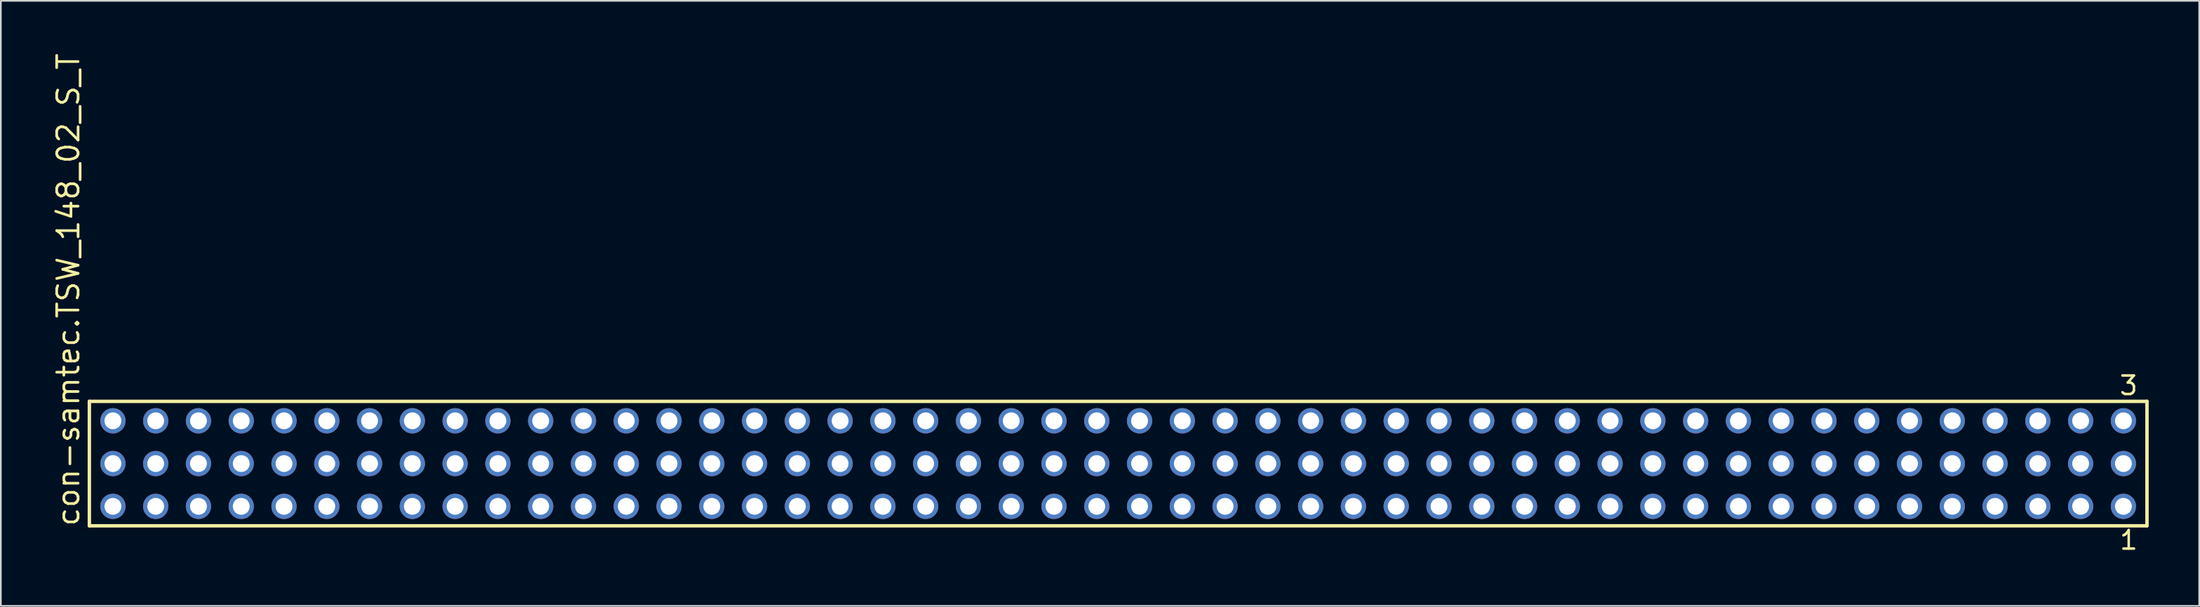
<source format=kicad_pcb>
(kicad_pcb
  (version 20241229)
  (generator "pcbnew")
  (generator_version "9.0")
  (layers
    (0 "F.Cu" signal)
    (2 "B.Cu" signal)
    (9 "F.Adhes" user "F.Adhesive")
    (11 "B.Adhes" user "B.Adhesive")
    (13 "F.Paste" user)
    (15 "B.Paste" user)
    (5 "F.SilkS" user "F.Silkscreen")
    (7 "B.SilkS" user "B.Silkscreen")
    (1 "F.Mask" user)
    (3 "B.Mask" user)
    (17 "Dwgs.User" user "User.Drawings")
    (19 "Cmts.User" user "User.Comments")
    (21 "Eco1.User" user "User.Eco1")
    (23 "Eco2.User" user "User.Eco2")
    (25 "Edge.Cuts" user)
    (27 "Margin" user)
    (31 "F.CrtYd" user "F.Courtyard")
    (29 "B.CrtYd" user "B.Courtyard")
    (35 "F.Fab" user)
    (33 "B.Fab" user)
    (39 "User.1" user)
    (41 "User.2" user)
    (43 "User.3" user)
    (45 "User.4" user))
  (footprint "con-samtec.TSW_148_02_S_T"
    (layer "F.Cu")
    (at 63.345 24.477)
    (property "Reference" "con-samtec.TSW_148_02_S_T" (at -61.595 3.81 90) (layer "F.SilkS") (effects (font (size 1.27 1.27) (thickness 0.16)) (justify left bottom)))
    (attr through_hole)
    (fp_line (start -61.089 -3.695) (end 61.089 -3.695) (stroke (width 0.203) (type default)) (layer "F.SilkS"))
    (fp_line (start -61.089 3.695) (end -61.089 -3.695) (stroke (width 0.203) (type default)) (layer "F.SilkS"))
    (fp_line (start 61.089 -3.695) (end 61.089 3.695) (stroke (width 0.203) (type default)) (layer "F.SilkS"))
    (fp_line (start 61.089 3.695) (end -61.089 3.695) (stroke (width 0.203) (type default)) (layer "F.SilkS"))
    (fp_rect (start -60.04 -2.19) (end -59.34 -2.89) (stroke (width 0.05) (type default)) (fill no) (layer "F.Fab"))
    (fp_rect (start -60.04 0.35) (end -59.34 -0.35) (stroke (width 0.05) (type default)) (fill no) (layer "F.Fab"))
    (fp_rect (start -60.04 2.89) (end -59.34 2.19) (stroke (width 0.05) (type default)) (fill no) (layer "F.Fab"))
    (fp_rect (start -57.5 -2.19) (end -56.8 -2.89) (stroke (width 0.05) (type default)) (fill no) (layer "F.Fab"))
    (fp_rect (start -57.5 0.35) (end -56.8 -0.35) (stroke (width 0.05) (type default)) (fill no) (layer "F.Fab"))
    (fp_rect (start -57.5 2.89) (end -56.8 2.19) (stroke (width 0.05) (type default)) (fill no) (layer "F.Fab"))
    (fp_rect (start -54.96 -2.19) (end -54.26 -2.89) (stroke (width 0.05) (type default)) (fill no) (layer "F.Fab"))
    (fp_rect (start -54.96 0.35) (end -54.26 -0.35) (stroke (width 0.05) (type default)) (fill no) (layer "F.Fab"))
    (fp_rect (start -54.96 2.89) (end -54.26 2.19) (stroke (width 0.05) (type default)) (fill no) (layer "F.Fab"))
    (fp_rect (start -52.42 -2.19) (end -51.72 -2.89) (stroke (width 0.05) (type default)) (fill no) (layer "F.Fab"))
    (fp_rect (start -52.42 0.35) (end -51.72 -0.35) (stroke (width 0.05) (type default)) (fill no) (layer "F.Fab"))
    (fp_rect (start -52.42 2.89) (end -51.72 2.19) (stroke (width 0.05) (type default)) (fill no) (layer "F.Fab"))
    (fp_rect (start -49.88 -2.19) (end -49.18 -2.89) (stroke (width 0.05) (type default)) (fill no) (layer "F.Fab"))
    (fp_rect (start -49.88 0.35) (end -49.18 -0.35) (stroke (width 0.05) (type default)) (fill no) (layer "F.Fab"))
    (fp_rect (start -49.88 2.89) (end -49.18 2.19) (stroke (width 0.05) (type default)) (fill no) (layer "F.Fab"))
    (fp_rect (start -47.34 -2.19) (end -46.64 -2.89) (stroke (width 0.05) (type default)) (fill no) (layer "F.Fab"))
    (fp_rect (start -47.34 0.35) (end -46.64 -0.35) (stroke (width 0.05) (type default)) (fill no) (layer "F.Fab"))
    (fp_rect (start -47.34 2.89) (end -46.64 2.19) (stroke (width 0.05) (type default)) (fill no) (layer "F.Fab"))
    (fp_rect (start -44.8 -2.19) (end -44.1 -2.89) (stroke (width 0.05) (type default)) (fill no) (layer "F.Fab"))
    (fp_rect (start -44.8 0.35) (end -44.1 -0.35) (stroke (width 0.05) (type default)) (fill no) (layer "F.Fab"))
    (fp_rect (start -44.8 2.89) (end -44.1 2.19) (stroke (width 0.05) (type default)) (fill no) (layer "F.Fab"))
    (fp_rect (start -42.26 -2.19) (end -41.56 -2.89) (stroke (width 0.05) (type default)) (fill no) (layer "F.Fab"))
    (fp_rect (start -42.26 0.35) (end -41.56 -0.35) (stroke (width 0.05) (type default)) (fill no) (layer "F.Fab"))
    (fp_rect (start -42.26 2.89) (end -41.56 2.19) (stroke (width 0.05) (type default)) (fill no) (layer "F.Fab"))
    (fp_rect (start -39.72 -2.19) (end -39.02 -2.89) (stroke (width 0.05) (type default)) (fill no) (layer "F.Fab"))
    (fp_rect (start -39.72 0.35) (end -39.02 -0.35) (stroke (width 0.05) (type default)) (fill no) (layer "F.Fab"))
    (fp_rect (start -39.72 2.89) (end -39.02 2.19) (stroke (width 0.05) (type default)) (fill no) (layer "F.Fab"))
    (fp_rect (start -37.18 -2.19) (end -36.48 -2.89) (stroke (width 0.05) (type default)) (fill no) (layer "F.Fab"))
    (fp_rect (start -37.18 0.35) (end -36.48 -0.35) (stroke (width 0.05) (type default)) (fill no) (layer "F.Fab"))
    (fp_rect (start -37.18 2.89) (end -36.48 2.19) (stroke (width 0.05) (type default)) (fill no) (layer "F.Fab"))
    (fp_rect (start -34.64 -2.19) (end -33.94 -2.89) (stroke (width 0.05) (type default)) (fill no) (layer "F.Fab"))
    (fp_rect (start -34.64 0.35) (end -33.94 -0.35) (stroke (width 0.05) (type default)) (fill no) (layer "F.Fab"))
    (fp_rect (start -34.64 2.89) (end -33.94 2.19) (stroke (width 0.05) (type default)) (fill no) (layer "F.Fab"))
    (fp_rect (start -32.1 -2.19) (end -31.4 -2.89) (stroke (width 0.05) (type default)) (fill no) (layer "F.Fab"))
    (fp_rect (start -32.1 0.35) (end -31.4 -0.35) (stroke (width 0.05) (type default)) (fill no) (layer "F.Fab"))
    (fp_rect (start -32.1 2.89) (end -31.4 2.19) (stroke (width 0.05) (type default)) (fill no) (layer "F.Fab"))
    (fp_rect (start -29.56 -2.19) (end -28.86 -2.89) (stroke (width 0.05) (type default)) (fill no) (layer "F.Fab"))
    (fp_rect (start -29.56 0.35) (end -28.86 -0.35) (stroke (width 0.05) (type default)) (fill no) (layer "F.Fab"))
    (fp_rect (start -29.56 2.89) (end -28.86 2.19) (stroke (width 0.05) (type default)) (fill no) (layer "F.Fab"))
    (fp_rect (start -27.02 -2.19) (end -26.32 -2.89) (stroke (width 0.05) (type default)) (fill no) (layer "F.Fab"))
    (fp_rect (start -27.02 0.35) (end -26.32 -0.35) (stroke (width 0.05) (type default)) (fill no) (layer "F.Fab"))
    (fp_rect (start -27.02 2.89) (end -26.32 2.19) (stroke (width 0.05) (type default)) (fill no) (layer "F.Fab"))
    (fp_rect (start -24.48 -2.19) (end -23.78 -2.89) (stroke (width 0.05) (type default)) (fill no) (layer "F.Fab"))
    (fp_rect (start -24.48 0.35) (end -23.78 -0.35) (stroke (width 0.05) (type default)) (fill no) (layer "F.Fab"))
    (fp_rect (start -24.48 2.89) (end -23.78 2.19) (stroke (width 0.05) (type default)) (fill no) (layer "F.Fab"))
    (fp_rect (start -21.94 -2.19) (end -21.24 -2.89) (stroke (width 0.05) (type default)) (fill no) (layer "F.Fab"))
    (fp_rect (start -21.94 0.35) (end -21.24 -0.35) (stroke (width 0.05) (type default)) (fill no) (layer "F.Fab"))
    (fp_rect (start -21.94 2.89) (end -21.24 2.19) (stroke (width 0.05) (type default)) (fill no) (layer "F.Fab"))
    (fp_rect (start -19.4 -2.19) (end -18.7 -2.89) (stroke (width 0.05) (type default)) (fill no) (layer "F.Fab"))
    (fp_rect (start -19.4 0.35) (end -18.7 -0.35) (stroke (width 0.05) (type default)) (fill no) (layer "F.Fab"))
    (fp_rect (start -19.4 2.89) (end -18.7 2.19) (stroke (width 0.05) (type default)) (fill no) (layer "F.Fab"))
    (fp_rect (start -16.86 -2.19) (end -16.16 -2.89) (stroke (width 0.05) (type default)) (fill no) (layer "F.Fab"))
    (fp_rect (start -16.86 0.35) (end -16.16 -0.35) (stroke (width 0.05) (type default)) (fill no) (layer "F.Fab"))
    (fp_rect (start -16.86 2.89) (end -16.16 2.19) (stroke (width 0.05) (type default)) (fill no) (layer "F.Fab"))
    (fp_rect (start -14.32 -2.19) (end -13.62 -2.89) (stroke (width 0.05) (type default)) (fill no) (layer "F.Fab"))
    (fp_rect (start -14.32 0.35) (end -13.62 -0.35) (stroke (width 0.05) (type default)) (fill no) (layer "F.Fab"))
    (fp_rect (start -14.32 2.89) (end -13.62 2.19) (stroke (width 0.05) (type default)) (fill no) (layer "F.Fab"))
    (fp_rect (start -11.78 -2.19) (end -11.08 -2.89) (stroke (width 0.05) (type default)) (fill no) (layer "F.Fab"))
    (fp_rect (start -11.78 0.35) (end -11.08 -0.35) (stroke (width 0.05) (type default)) (fill no) (layer "F.Fab"))
    (fp_rect (start -11.78 2.89) (end -11.08 2.19) (stroke (width 0.05) (type default)) (fill no) (layer "F.Fab"))
    (fp_rect (start -9.24 -2.19) (end -8.54 -2.89) (stroke (width 0.05) (type default)) (fill no) (layer "F.Fab"))
    (fp_rect (start -9.24 0.35) (end -8.54 -0.35) (stroke (width 0.05) (type default)) (fill no) (layer "F.Fab"))
    (fp_rect (start -9.24 2.89) (end -8.54 2.19) (stroke (width 0.05) (type default)) (fill no) (layer "F.Fab"))
    (fp_rect (start -6.7 -2.19) (end -6 -2.89) (stroke (width 0.05) (type default)) (fill no) (layer "F.Fab"))
    (fp_rect (start -6.7 0.35) (end -6 -0.35) (stroke (width 0.05) (type default)) (fill no) (layer "F.Fab"))
    (fp_rect (start -6.7 2.89) (end -6 2.19) (stroke (width 0.05) (type default)) (fill no) (layer "F.Fab"))
    (fp_rect (start -4.16 -2.19) (end -3.46 -2.89) (stroke (width 0.05) (type default)) (fill no) (layer "F.Fab"))
    (fp_rect (start -4.16 0.35) (end -3.46 -0.35) (stroke (width 0.05) (type default)) (fill no) (layer "F.Fab"))
    (fp_rect (start -4.16 2.89) (end -3.46 2.19) (stroke (width 0.05) (type default)) (fill no) (layer "F.Fab"))
    (fp_rect (start -1.62 -2.19) (end -0.92 -2.89) (stroke (width 0.05) (type default)) (fill no) (layer "F.Fab"))
    (fp_rect (start -1.62 0.35) (end -0.92 -0.35) (stroke (width 0.05) (type default)) (fill no) (layer "F.Fab"))
    (fp_rect (start -1.62 2.89) (end -0.92 2.19) (stroke (width 0.05) (type default)) (fill no) (layer "F.Fab"))
    (fp_rect (start 0.92 -2.19) (end 1.62 -2.89) (stroke (width 0.05) (type default)) (fill no) (layer "F.Fab"))
    (fp_rect (start 0.92 0.35) (end 1.62 -0.35) (stroke (width 0.05) (type default)) (fill no) (layer "F.Fab"))
    (fp_rect (start 0.92 2.89) (end 1.62 2.19) (stroke (width 0.05) (type default)) (fill no) (layer "F.Fab"))
    (fp_rect (start 3.46 -2.19) (end 4.16 -2.89) (stroke (width 0.05) (type default)) (fill no) (layer "F.Fab"))
    (fp_rect (start 3.46 0.35) (end 4.16 -0.35) (stroke (width 0.05) (type default)) (fill no) (layer "F.Fab"))
    (fp_rect (start 3.46 2.89) (end 4.16 2.19) (stroke (width 0.05) (type default)) (fill no) (layer "F.Fab"))
    (fp_rect (start 6 -2.19) (end 6.7 -2.89) (stroke (width 0.05) (type default)) (fill no) (layer "F.Fab"))
    (fp_rect (start 6 0.35) (end 6.7 -0.35) (stroke (width 0.05) (type default)) (fill no) (layer "F.Fab"))
    (fp_rect (start 6 2.89) (end 6.7 2.19) (stroke (width 0.05) (type default)) (fill no) (layer "F.Fab"))
    (fp_rect (start 8.54 -2.19) (end 9.24 -2.89) (stroke (width 0.05) (type default)) (fill no) (layer "F.Fab"))
    (fp_rect (start 8.54 0.35) (end 9.24 -0.35) (stroke (width 0.05) (type default)) (fill no) (layer "F.Fab"))
    (fp_rect (start 8.54 2.89) (end 9.24 2.19) (stroke (width 0.05) (type default)) (fill no) (layer "F.Fab"))
    (fp_rect (start 11.08 -2.19) (end 11.78 -2.89) (stroke (width 0.05) (type default)) (fill no) (layer "F.Fab"))
    (fp_rect (start 11.08 0.35) (end 11.78 -0.35) (stroke (width 0.05) (type default)) (fill no) (layer "F.Fab"))
    (fp_rect (start 11.08 2.89) (end 11.78 2.19) (stroke (width 0.05) (type default)) (fill no) (layer "F.Fab"))
    (fp_rect (start 13.62 -2.19) (end 14.32 -2.89) (stroke (width 0.05) (type default)) (fill no) (layer "F.Fab"))
    (fp_rect (start 13.62 0.35) (end 14.32 -0.35) (stroke (width 0.05) (type default)) (fill no) (layer "F.Fab"))
    (fp_rect (start 13.62 2.89) (end 14.32 2.19) (stroke (width 0.05) (type default)) (fill no) (layer "F.Fab"))
    (fp_rect (start 16.16 -2.19) (end 16.86 -2.89) (stroke (width 0.05) (type default)) (fill no) (layer "F.Fab"))
    (fp_rect (start 16.16 0.35) (end 16.86 -0.35) (stroke (width 0.05) (type default)) (fill no) (layer "F.Fab"))
    (fp_rect (start 16.16 2.89) (end 16.86 2.19) (stroke (width 0.05) (type default)) (fill no) (layer "F.Fab"))
    (fp_rect (start 18.7 -2.19) (end 19.4 -2.89) (stroke (width 0.05) (type default)) (fill no) (layer "F.Fab"))
    (fp_rect (start 18.7 0.35) (end 19.4 -0.35) (stroke (width 0.05) (type default)) (fill no) (layer "F.Fab"))
    (fp_rect (start 18.7 2.89) (end 19.4 2.19) (stroke (width 0.05) (type default)) (fill no) (layer "F.Fab"))
    (fp_rect (start 21.24 -2.19) (end 21.94 -2.89) (stroke (width 0.05) (type default)) (fill no) (layer "F.Fab"))
    (fp_rect (start 21.24 0.35) (end 21.94 -0.35) (stroke (width 0.05) (type default)) (fill no) (layer "F.Fab"))
    (fp_rect (start 21.24 2.89) (end 21.94 2.19) (stroke (width 0.05) (type default)) (fill no) (layer "F.Fab"))
    (fp_rect (start 23.78 -2.19) (end 24.48 -2.89) (stroke (width 0.05) (type default)) (fill no) (layer "F.Fab"))
    (fp_rect (start 23.78 0.35) (end 24.48 -0.35) (stroke (width 0.05) (type default)) (fill no) (layer "F.Fab"))
    (fp_rect (start 23.78 2.89) (end 24.48 2.19) (stroke (width 0.05) (type default)) (fill no) (layer "F.Fab"))
    (fp_rect (start 26.32 -2.19) (end 27.02 -2.89) (stroke (width 0.05) (type default)) (fill no) (layer "F.Fab"))
    (fp_rect (start 26.32 0.35) (end 27.02 -0.35) (stroke (width 0.05) (type default)) (fill no) (layer "F.Fab"))
    (fp_rect (start 26.32 2.89) (end 27.02 2.19) (stroke (width 0.05) (type default)) (fill no) (layer "F.Fab"))
    (fp_rect (start 28.86 -2.19) (end 29.56 -2.89) (stroke (width 0.05) (type default)) (fill no) (layer "F.Fab"))
    (fp_rect (start 28.86 0.35) (end 29.56 -0.35) (stroke (width 0.05) (type default)) (fill no) (layer "F.Fab"))
    (fp_rect (start 28.86 2.89) (end 29.56 2.19) (stroke (width 0.05) (type default)) (fill no) (layer "F.Fab"))
    (fp_rect (start 31.4 -2.19) (end 32.1 -2.89) (stroke (width 0.05) (type default)) (fill no) (layer "F.Fab"))
    (fp_rect (start 31.4 0.35) (end 32.1 -0.35) (stroke (width 0.05) (type default)) (fill no) (layer "F.Fab"))
    (fp_rect (start 31.4 2.89) (end 32.1 2.19) (stroke (width 0.05) (type default)) (fill no) (layer "F.Fab"))
    (fp_rect (start 33.94 -2.19) (end 34.64 -2.89) (stroke (width 0.05) (type default)) (fill no) (layer "F.Fab"))
    (fp_rect (start 33.94 0.35) (end 34.64 -0.35) (stroke (width 0.05) (type default)) (fill no) (layer "F.Fab"))
    (fp_rect (start 33.94 2.89) (end 34.64 2.19) (stroke (width 0.05) (type default)) (fill no) (layer "F.Fab"))
    (fp_rect (start 36.48 -2.19) (end 37.18 -2.89) (stroke (width 0.05) (type default)) (fill no) (layer "F.Fab"))
    (fp_rect (start 36.48 0.35) (end 37.18 -0.35) (stroke (width 0.05) (type default)) (fill no) (layer "F.Fab"))
    (fp_rect (start 36.48 2.89) (end 37.18 2.19) (stroke (width 0.05) (type default)) (fill no) (layer "F.Fab"))
    (fp_rect (start 39.02 -2.19) (end 39.72 -2.89) (stroke (width 0.05) (type default)) (fill no) (layer "F.Fab"))
    (fp_rect (start 39.02 0.35) (end 39.72 -0.35) (stroke (width 0.05) (type default)) (fill no) (layer "F.Fab"))
    (fp_rect (start 39.02 2.89) (end 39.72 2.19) (stroke (width 0.05) (type default)) (fill no) (layer "F.Fab"))
    (fp_rect (start 41.56 -2.19) (end 42.26 -2.89) (stroke (width 0.05) (type default)) (fill no) (layer "F.Fab"))
    (fp_rect (start 41.56 0.35) (end 42.26 -0.35) (stroke (width 0.05) (type default)) (fill no) (layer "F.Fab"))
    (fp_rect (start 41.56 2.89) (end 42.26 2.19) (stroke (width 0.05) (type default)) (fill no) (layer "F.Fab"))
    (fp_rect (start 44.1 -2.19) (end 44.8 -2.89) (stroke (width 0.05) (type default)) (fill no) (layer "F.Fab"))
    (fp_rect (start 44.1 0.35) (end 44.8 -0.35) (stroke (width 0.05) (type default)) (fill no) (layer "F.Fab"))
    (fp_rect (start 44.1 2.89) (end 44.8 2.19) (stroke (width 0.05) (type default)) (fill no) (layer "F.Fab"))
    (fp_rect (start 46.64 -2.19) (end 47.34 -2.89) (stroke (width 0.05) (type default)) (fill no) (layer "F.Fab"))
    (fp_rect (start 46.64 0.35) (end 47.34 -0.35) (stroke (width 0.05) (type default)) (fill no) (layer "F.Fab"))
    (fp_rect (start 46.64 2.89) (end 47.34 2.19) (stroke (width 0.05) (type default)) (fill no) (layer "F.Fab"))
    (fp_rect (start 49.18 -2.19) (end 49.88 -2.89) (stroke (width 0.05) (type default)) (fill no) (layer "F.Fab"))
    (fp_rect (start 49.18 0.35) (end 49.88 -0.35) (stroke (width 0.05) (type default)) (fill no) (layer "F.Fab"))
    (fp_rect (start 49.18 2.89) (end 49.88 2.19) (stroke (width 0.05) (type default)) (fill no) (layer "F.Fab"))
    (fp_rect (start 51.72 -2.19) (end 52.42 -2.89) (stroke (width 0.05) (type default)) (fill no) (layer "F.Fab"))
    (fp_rect (start 51.72 0.35) (end 52.42 -0.35) (stroke (width 0.05) (type default)) (fill no) (layer "F.Fab"))
    (fp_rect (start 51.72 2.89) (end 52.42 2.19) (stroke (width 0.05) (type default)) (fill no) (layer "F.Fab"))
    (fp_rect (start 54.26 -2.19) (end 54.96 -2.89) (stroke (width 0.05) (type default)) (fill no) (layer "F.Fab"))
    (fp_rect (start 54.26 0.35) (end 54.96 -0.35) (stroke (width 0.05) (type default)) (fill no) (layer "F.Fab"))
    (fp_rect (start 54.26 2.89) (end 54.96 2.19) (stroke (width 0.05) (type default)) (fill no) (layer "F.Fab"))
    (fp_rect (start 56.8 -2.19) (end 57.5 -2.89) (stroke (width 0.05) (type default)) (fill no) (layer "F.Fab"))
    (fp_rect (start 56.8 0.35) (end 57.5 -0.35) (stroke (width 0.05) (type default)) (fill no) (layer "F.Fab"))
    (fp_rect (start 56.8 2.89) (end 57.5 2.19) (stroke (width 0.05) (type default)) (fill no) (layer "F.Fab"))
    (fp_rect (start 59.34 -2.19) (end 60.04 -2.89) (stroke (width 0.05) (type default)) (fill no) (layer "F.Fab"))
    (fp_rect (start 59.34 0.35) (end 60.04 -0.35) (stroke (width 0.05) (type default)) (fill no) (layer "F.Fab"))
    (fp_rect (start 59.34 2.89) (end 60.04 2.19) (stroke (width 0.05) (type default)) (fill no) (layer "F.Fab"))
    (fp_text user "1" (at 59.382 5.188 0) (layer "F.SilkS") (effects (font (size 1.1 1.1) (thickness 0.15)) (justify left bottom)))
    (fp_text user "3" (at 59.378 -3.989 0) (layer "F.SilkS") (effects (font (size 1.1 1.1) (thickness 0.15)) (justify left bottom)))
    (pad "1" thru_hole circle (at 59.69 2.54 180) (size 1.5 1.5) (drill 1) (layers "*.Cu" "*.Mask"))
    (pad "2" thru_hole circle (at 59.69 0 180) (size 1.5 1.5) (drill 1) (layers "*.Cu" "*.Mask"))
    (pad "3" thru_hole circle (at 59.69 -2.54 180) (size 1.5 1.5) (drill 1) (layers "*.Cu" "*.Mask"))
    (pad "4" thru_hole circle (at 57.15 2.54 180) (size 1.5 1.5) (drill 1) (layers "*.Cu" "*.Mask"))
    (pad "5" thru_hole circle (at 57.15 0 180) (size 1.5 1.5) (drill 1) (layers "*.Cu" "*.Mask"))
    (pad "6" thru_hole circle (at 57.15 -2.54 180) (size 1.5 1.5) (drill 1) (layers "*.Cu" "*.Mask"))
    (pad "7" thru_hole circle (at 54.61 2.54 180) (size 1.5 1.5) (drill 1) (layers "*.Cu" "*.Mask"))
    (pad "8" thru_hole circle (at 54.61 0 180) (size 1.5 1.5) (drill 1) (layers "*.Cu" "*.Mask"))
    (pad "9" thru_hole circle (at 54.61 -2.54 180) (size 1.5 1.5) (drill 1) (layers "*.Cu" "*.Mask"))
    (pad "10" thru_hole circle (at 52.07 2.54 180) (size 1.5 1.5) (drill 1) (layers "*.Cu" "*.Mask"))
    (pad "11" thru_hole circle (at 52.07 0 180) (size 1.5 1.5) (drill 1) (layers "*.Cu" "*.Mask"))
    (pad "12" thru_hole circle (at 52.07 -2.54 180) (size 1.5 1.5) (drill 1) (layers "*.Cu" "*.Mask"))
    (pad "13" thru_hole circle (at 49.53 2.54 180) (size 1.5 1.5) (drill 1) (layers "*.Cu" "*.Mask"))
    (pad "14" thru_hole circle (at 49.53 0 180) (size 1.5 1.5) (drill 1) (layers "*.Cu" "*.Mask"))
    (pad "15" thru_hole circle (at 49.53 -2.54 180) (size 1.5 1.5) (drill 1) (layers "*.Cu" "*.Mask"))
    (pad "16" thru_hole circle (at 46.99 2.54 180) (size 1.5 1.5) (drill 1) (layers "*.Cu" "*.Mask"))
    (pad "17" thru_hole circle (at 46.99 0 180) (size 1.5 1.5) (drill 1) (layers "*.Cu" "*.Mask"))
    (pad "18" thru_hole circle (at 46.99 -2.54 180) (size 1.5 1.5) (drill 1) (layers "*.Cu" "*.Mask"))
    (pad "19" thru_hole circle (at 44.45 2.54 180) (size 1.5 1.5) (drill 1) (layers "*.Cu" "*.Mask"))
    (pad "20" thru_hole circle (at 44.45 0 180) (size 1.5 1.5) (drill 1) (layers "*.Cu" "*.Mask"))
    (pad "21" thru_hole circle (at 44.45 -2.54 180) (size 1.5 1.5) (drill 1) (layers "*.Cu" "*.Mask"))
    (pad "22" thru_hole circle (at 41.91 2.54 180) (size 1.5 1.5) (drill 1) (layers "*.Cu" "*.Mask"))
    (pad "23" thru_hole circle (at 41.91 0 180) (size 1.5 1.5) (drill 1) (layers "*.Cu" "*.Mask"))
    (pad "24" thru_hole circle (at 41.91 -2.54 180) (size 1.5 1.5) (drill 1) (layers "*.Cu" "*.Mask"))
    (pad "25" thru_hole circle (at 39.37 2.54 180) (size 1.5 1.5) (drill 1) (layers "*.Cu" "*.Mask"))
    (pad "26" thru_hole circle (at 39.37 0 180) (size 1.5 1.5) (drill 1) (layers "*.Cu" "*.Mask"))
    (pad "27" thru_hole circle (at 39.37 -2.54 180) (size 1.5 1.5) (drill 1) (layers "*.Cu" "*.Mask"))
    (pad "28" thru_hole circle (at 36.83 2.54 180) (size 1.5 1.5) (drill 1) (layers "*.Cu" "*.Mask"))
    (pad "29" thru_hole circle (at 36.83 0 180) (size 1.5 1.5) (drill 1) (layers "*.Cu" "*.Mask"))
    (pad "30" thru_hole circle (at 36.83 -2.54 180) (size 1.5 1.5) (drill 1) (layers "*.Cu" "*.Mask"))
    (pad "31" thru_hole circle (at 34.29 2.54 180) (size 1.5 1.5) (drill 1) (layers "*.Cu" "*.Mask"))
    (pad "32" thru_hole circle (at 34.29 0 180) (size 1.5 1.5) (drill 1) (layers "*.Cu" "*.Mask"))
    (pad "33" thru_hole circle (at 34.29 -2.54 180) (size 1.5 1.5) (drill 1) (layers "*.Cu" "*.Mask"))
    (pad "34" thru_hole circle (at 31.75 2.54 180) (size 1.5 1.5) (drill 1) (layers "*.Cu" "*.Mask"))
    (pad "35" thru_hole circle (at 31.75 0 180) (size 1.5 1.5) (drill 1) (layers "*.Cu" "*.Mask"))
    (pad "36" thru_hole circle (at 31.75 -2.54 180) (size 1.5 1.5) (drill 1) (layers "*.Cu" "*.Mask"))
    (pad "37" thru_hole circle (at 29.21 2.54 180) (size 1.5 1.5) (drill 1) (layers "*.Cu" "*.Mask"))
    (pad "38" thru_hole circle (at 29.21 0 180) (size 1.5 1.5) (drill 1) (layers "*.Cu" "*.Mask"))
    (pad "39" thru_hole circle (at 29.21 -2.54 180) (size 1.5 1.5) (drill 1) (layers "*.Cu" "*.Mask"))
    (pad "40" thru_hole circle (at 26.67 2.54 180) (size 1.5 1.5) (drill 1) (layers "*.Cu" "*.Mask"))
    (pad "41" thru_hole circle (at 26.67 0 180) (size 1.5 1.5) (drill 1) (layers "*.Cu" "*.Mask"))
    (pad "42" thru_hole circle (at 26.67 -2.54 180) (size 1.5 1.5) (drill 1) (layers "*.Cu" "*.Mask"))
    (pad "43" thru_hole circle (at 24.13 2.54 180) (size 1.5 1.5) (drill 1) (layers "*.Cu" "*.Mask"))
    (pad "44" thru_hole circle (at 24.13 0 180) (size 1.5 1.5) (drill 1) (layers "*.Cu" "*.Mask"))
    (pad "45" thru_hole circle (at 24.13 -2.54 180) (size 1.5 1.5) (drill 1) (layers "*.Cu" "*.Mask"))
    (pad "46" thru_hole circle (at 21.59 2.54 180) (size 1.5 1.5) (drill 1) (layers "*.Cu" "*.Mask"))
    (pad "47" thru_hole circle (at 21.59 0 180) (size 1.5 1.5) (drill 1) (layers "*.Cu" "*.Mask"))
    (pad "48" thru_hole circle (at 21.59 -2.54 180) (size 1.5 1.5) (drill 1) (layers "*.Cu" "*.Mask"))
    (pad "49" thru_hole circle (at 19.05 2.54 180) (size 1.5 1.5) (drill 1) (layers "*.Cu" "*.Mask"))
    (pad "50" thru_hole circle (at 19.05 0 180) (size 1.5 1.5) (drill 1) (layers "*.Cu" "*.Mask"))
    (pad "51" thru_hole circle (at 19.05 -2.54 180) (size 1.5 1.5) (drill 1) (layers "*.Cu" "*.Mask"))
    (pad "52" thru_hole circle (at 16.51 2.54 180) (size 1.5 1.5) (drill 1) (layers "*.Cu" "*.Mask"))
    (pad "53" thru_hole circle (at 16.51 0 180) (size 1.5 1.5) (drill 1) (layers "*.Cu" "*.Mask"))
    (pad "54" thru_hole circle (at 16.51 -2.54 180) (size 1.5 1.5) (drill 1) (layers "*.Cu" "*.Mask"))
    (pad "55" thru_hole circle (at 13.97 2.54 180) (size 1.5 1.5) (drill 1) (layers "*.Cu" "*.Mask"))
    (pad "56" thru_hole circle (at 13.97 0 180) (size 1.5 1.5) (drill 1) (layers "*.Cu" "*.Mask"))
    (pad "57" thru_hole circle (at 13.97 -2.54 180) (size 1.5 1.5) (drill 1) (layers "*.Cu" "*.Mask"))
    (pad "58" thru_hole circle (at 11.43 2.54 180) (size 1.5 1.5) (drill 1) (layers "*.Cu" "*.Mask"))
    (pad "59" thru_hole circle (at 11.43 0 180) (size 1.5 1.5) (drill 1) (layers "*.Cu" "*.Mask"))
    (pad "60" thru_hole circle (at 11.43 -2.54 180) (size 1.5 1.5) (drill 1) (layers "*.Cu" "*.Mask"))
    (pad "61" thru_hole circle (at 8.89 2.54 180) (size 1.5 1.5) (drill 1) (layers "*.Cu" "*.Mask"))
    (pad "62" thru_hole circle (at 8.89 0 180) (size 1.5 1.5) (drill 1) (layers "*.Cu" "*.Mask"))
    (pad "63" thru_hole circle (at 8.89 -2.54 180) (size 1.5 1.5) (drill 1) (layers "*.Cu" "*.Mask"))
    (pad "64" thru_hole circle (at 6.35 2.54 180) (size 1.5 1.5) (drill 1) (layers "*.Cu" "*.Mask"))
    (pad "65" thru_hole circle (at 6.35 0 180) (size 1.5 1.5) (drill 1) (layers "*.Cu" "*.Mask"))
    (pad "66" thru_hole circle (at 6.35 -2.54 180) (size 1.5 1.5) (drill 1) (layers "*.Cu" "*.Mask"))
    (pad "67" thru_hole circle (at 3.81 2.54 180) (size 1.5 1.5) (drill 1) (layers "*.Cu" "*.Mask"))
    (pad "68" thru_hole circle (at 3.81 0 180) (size 1.5 1.5) (drill 1) (layers "*.Cu" "*.Mask"))
    (pad "69" thru_hole circle (at 3.81 -2.54 180) (size 1.5 1.5) (drill 1) (layers "*.Cu" "*.Mask"))
    (pad "70" thru_hole circle (at 1.27 2.54 180) (size 1.5 1.5) (drill 1) (layers "*.Cu" "*.Mask"))
    (pad "71" thru_hole circle (at 1.27 0 180) (size 1.5 1.5) (drill 1) (layers "*.Cu" "*.Mask"))
    (pad "72" thru_hole circle (at 1.27 -2.54 180) (size 1.5 1.5) (drill 1) (layers "*.Cu" "*.Mask"))
    (pad "73" thru_hole circle (at -1.27 2.54 180) (size 1.5 1.5) (drill 1) (layers "*.Cu" "*.Mask"))
    (pad "74" thru_hole circle (at -1.27 0 180) (size 1.5 1.5) (drill 1) (layers "*.Cu" "*.Mask"))
    (pad "75" thru_hole circle (at -1.27 -2.54 180) (size 1.5 1.5) (drill 1) (layers "*.Cu" "*.Mask"))
    (pad "76" thru_hole circle (at -3.81 2.54 180) (size 1.5 1.5) (drill 1) (layers "*.Cu" "*.Mask"))
    (pad "77" thru_hole circle (at -3.81 0 180) (size 1.5 1.5) (drill 1) (layers "*.Cu" "*.Mask"))
    (pad "78" thru_hole circle (at -3.81 -2.54 180) (size 1.5 1.5) (drill 1) (layers "*.Cu" "*.Mask"))
    (pad "79" thru_hole circle (at -6.35 2.54 180) (size 1.5 1.5) (drill 1) (layers "*.Cu" "*.Mask"))
    (pad "80" thru_hole circle (at -6.35 0 180) (size 1.5 1.5) (drill 1) (layers "*.Cu" "*.Mask"))
    (pad "81" thru_hole circle (at -6.35 -2.54 180) (size 1.5 1.5) (drill 1) (layers "*.Cu" "*.Mask"))
    (pad "82" thru_hole circle (at -8.89 2.54 180) (size 1.5 1.5) (drill 1) (layers "*.Cu" "*.Mask"))
    (pad "83" thru_hole circle (at -8.89 0 180) (size 1.5 1.5) (drill 1) (layers "*.Cu" "*.Mask"))
    (pad "84" thru_hole circle (at -8.89 -2.54 180) (size 1.5 1.5) (drill 1) (layers "*.Cu" "*.Mask"))
    (pad "85" thru_hole circle (at -11.43 2.54 180) (size 1.5 1.5) (drill 1) (layers "*.Cu" "*.Mask"))
    (pad "86" thru_hole circle (at -11.43 0 180) (size 1.5 1.5) (drill 1) (layers "*.Cu" "*.Mask"))
    (pad "87" thru_hole circle (at -11.43 -2.54 180) (size 1.5 1.5) (drill 1) (layers "*.Cu" "*.Mask"))
    (pad "88" thru_hole circle (at -13.97 2.54 180) (size 1.5 1.5) (drill 1) (layers "*.Cu" "*.Mask"))
    (pad "89" thru_hole circle (at -13.97 0 180) (size 1.5 1.5) (drill 1) (layers "*.Cu" "*.Mask"))
    (pad "90" thru_hole circle (at -13.97 -2.54 180) (size 1.5 1.5) (drill 1) (layers "*.Cu" "*.Mask"))
    (pad "91" thru_hole circle (at -16.51 2.54 180) (size 1.5 1.5) (drill 1) (layers "*.Cu" "*.Mask"))
    (pad "92" thru_hole circle (at -16.51 0 180) (size 1.5 1.5) (drill 1) (layers "*.Cu" "*.Mask"))
    (pad "93" thru_hole circle (at -16.51 -2.54 180) (size 1.5 1.5) (drill 1) (layers "*.Cu" "*.Mask"))
    (pad "94" thru_hole circle (at -19.05 2.54 180) (size 1.5 1.5) (drill 1) (layers "*.Cu" "*.Mask"))
    (pad "95" thru_hole circle (at -19.05 0 180) (size 1.5 1.5) (drill 1) (layers "*.Cu" "*.Mask"))
    (pad "96" thru_hole circle (at -19.05 -2.54 180) (size 1.5 1.5) (drill 1) (layers "*.Cu" "*.Mask"))
    (pad "97" thru_hole circle (at -21.59 2.54 180) (size 1.5 1.5) (drill 1) (layers "*.Cu" "*.Mask"))
    (pad "98" thru_hole circle (at -21.59 0 180) (size 1.5 1.5) (drill 1) (layers "*.Cu" "*.Mask"))
    (pad "99" thru_hole circle (at -21.59 -2.54 180) (size 1.5 1.5) (drill 1) (layers "*.Cu" "*.Mask"))
    (pad "100" thru_hole circle (at -24.13 2.54 180) (size 1.5 1.5) (drill 1) (layers "*.Cu" "*.Mask"))
    (pad "101" thru_hole circle (at -24.13 0 180) (size 1.5 1.5) (drill 1) (layers "*.Cu" "*.Mask"))
    (pad "102" thru_hole circle (at -24.13 -2.54 180) (size 1.5 1.5) (drill 1) (layers "*.Cu" "*.Mask"))
    (pad "103" thru_hole circle (at -26.67 2.54 180) (size 1.5 1.5) (drill 1) (layers "*.Cu" "*.Mask"))
    (pad "104" thru_hole circle (at -26.67 0 180) (size 1.5 1.5) (drill 1) (layers "*.Cu" "*.Mask"))
    (pad "105" thru_hole circle (at -26.67 -2.54 180) (size 1.5 1.5) (drill 1) (layers "*.Cu" "*.Mask"))
    (pad "106" thru_hole circle (at -29.21 2.54 180) (size 1.5 1.5) (drill 1) (layers "*.Cu" "*.Mask"))
    (pad "107" thru_hole circle (at -29.21 0 180) (size 1.5 1.5) (drill 1) (layers "*.Cu" "*.Mask"))
    (pad "108" thru_hole circle (at -29.21 -2.54 180) (size 1.5 1.5) (drill 1) (layers "*.Cu" "*.Mask"))
    (pad "109" thru_hole circle (at -31.75 2.54 180) (size 1.5 1.5) (drill 1) (layers "*.Cu" "*.Mask"))
    (pad "110" thru_hole circle (at -31.75 0 180) (size 1.5 1.5) (drill 1) (layers "*.Cu" "*.Mask"))
    (pad "111" thru_hole circle (at -31.75 -2.54 180) (size 1.5 1.5) (drill 1) (layers "*.Cu" "*.Mask"))
    (pad "112" thru_hole circle (at -34.29 2.54 180) (size 1.5 1.5) (drill 1) (layers "*.Cu" "*.Mask"))
    (pad "113" thru_hole circle (at -34.29 0 180) (size 1.5 1.5) (drill 1) (layers "*.Cu" "*.Mask"))
    (pad "114" thru_hole circle (at -34.29 -2.54 180) (size 1.5 1.5) (drill 1) (layers "*.Cu" "*.Mask"))
    (pad "115" thru_hole circle (at -36.83 2.54 180) (size 1.5 1.5) (drill 1) (layers "*.Cu" "*.Mask"))
    (pad "116" thru_hole circle (at -36.83 0 180) (size 1.5 1.5) (drill 1) (layers "*.Cu" "*.Mask"))
    (pad "117" thru_hole circle (at -36.83 -2.54 180) (size 1.5 1.5) (drill 1) (layers "*.Cu" "*.Mask"))
    (pad "118" thru_hole circle (at -39.37 2.54 180) (size 1.5 1.5) (drill 1) (layers "*.Cu" "*.Mask"))
    (pad "119" thru_hole circle (at -39.37 0 180) (size 1.5 1.5) (drill 1) (layers "*.Cu" "*.Mask"))
    (pad "120" thru_hole circle (at -39.37 -2.54 180) (size 1.5 1.5) (drill 1) (layers "*.Cu" "*.Mask"))
    (pad "121" thru_hole circle (at -41.91 2.54 180) (size 1.5 1.5) (drill 1) (layers "*.Cu" "*.Mask"))
    (pad "122" thru_hole circle (at -41.91 0 180) (size 1.5 1.5) (drill 1) (layers "*.Cu" "*.Mask"))
    (pad "123" thru_hole circle (at -41.91 -2.54 180) (size 1.5 1.5) (drill 1) (layers "*.Cu" "*.Mask"))
    (pad "124" thru_hole circle (at -44.45 2.54 180) (size 1.5 1.5) (drill 1) (layers "*.Cu" "*.Mask"))
    (pad "125" thru_hole circle (at -44.45 0 180) (size 1.5 1.5) (drill 1) (layers "*.Cu" "*.Mask"))
    (pad "126" thru_hole circle (at -44.45 -2.54 180) (size 1.5 1.5) (drill 1) (layers "*.Cu" "*.Mask"))
    (pad "127" thru_hole circle (at -46.99 2.54 180) (size 1.5 1.5) (drill 1) (layers "*.Cu" "*.Mask"))
    (pad "128" thru_hole circle (at -46.99 0 180) (size 1.5 1.5) (drill 1) (layers "*.Cu" "*.Mask"))
    (pad "129" thru_hole circle (at -46.99 -2.54 180) (size 1.5 1.5) (drill 1) (layers "*.Cu" "*.Mask"))
    (pad "130" thru_hole circle (at -49.53 2.54 180) (size 1.5 1.5) (drill 1) (layers "*.Cu" "*.Mask"))
    (pad "131" thru_hole circle (at -49.53 0 180) (size 1.5 1.5) (drill 1) (layers "*.Cu" "*.Mask"))
    (pad "132" thru_hole circle (at -49.53 -2.54 180) (size 1.5 1.5) (drill 1) (layers "*.Cu" "*.Mask"))
    (pad "133" thru_hole circle (at -52.07 2.54 180) (size 1.5 1.5) (drill 1) (layers "*.Cu" "*.Mask"))
    (pad "134" thru_hole circle (at -52.07 0 180) (size 1.5 1.5) (drill 1) (layers "*.Cu" "*.Mask"))
    (pad "135" thru_hole circle (at -52.07 -2.54 180) (size 1.5 1.5) (drill 1) (layers "*.Cu" "*.Mask"))
    (pad "136" thru_hole circle (at -54.61 2.54 180) (size 1.5 1.5) (drill 1) (layers "*.Cu" "*.Mask"))
    (pad "137" thru_hole circle (at -54.61 0 180) (size 1.5 1.5) (drill 1) (layers "*.Cu" "*.Mask"))
    (pad "138" thru_hole circle (at -54.61 -2.54 180) (size 1.5 1.5) (drill 1) (layers "*.Cu" "*.Mask"))
    (pad "139" thru_hole circle (at -57.15 2.54 180) (size 1.5 1.5) (drill 1) (layers "*.Cu" "*.Mask"))
    (pad "140" thru_hole circle (at -57.15 0 180) (size 1.5 1.5) (drill 1) (layers "*.Cu" "*.Mask"))
    (pad "141" thru_hole circle (at -57.15 -2.54 180) (size 1.5 1.5) (drill 1) (layers "*.Cu" "*.Mask"))
    (pad "142" thru_hole circle (at -59.69 2.54 180) (size 1.5 1.5) (drill 1) (layers "*.Cu" "*.Mask"))
    (pad "143" thru_hole circle (at -59.69 0 180) (size 1.5 1.5) (drill 1) (layers "*.Cu" "*.Mask"))
    (pad "144" thru_hole circle (at -59.69 -2.54 180) (size 1.5 1.5) (drill 1) (layers "*.Cu" "*.Mask")))
  (gr_rect
    (start -3 -3)
    (end 127.536 32.928)
    (stroke (width 0.1) (type default))
    (fill no)
    (layer "Edge.Cuts")))
</source>
